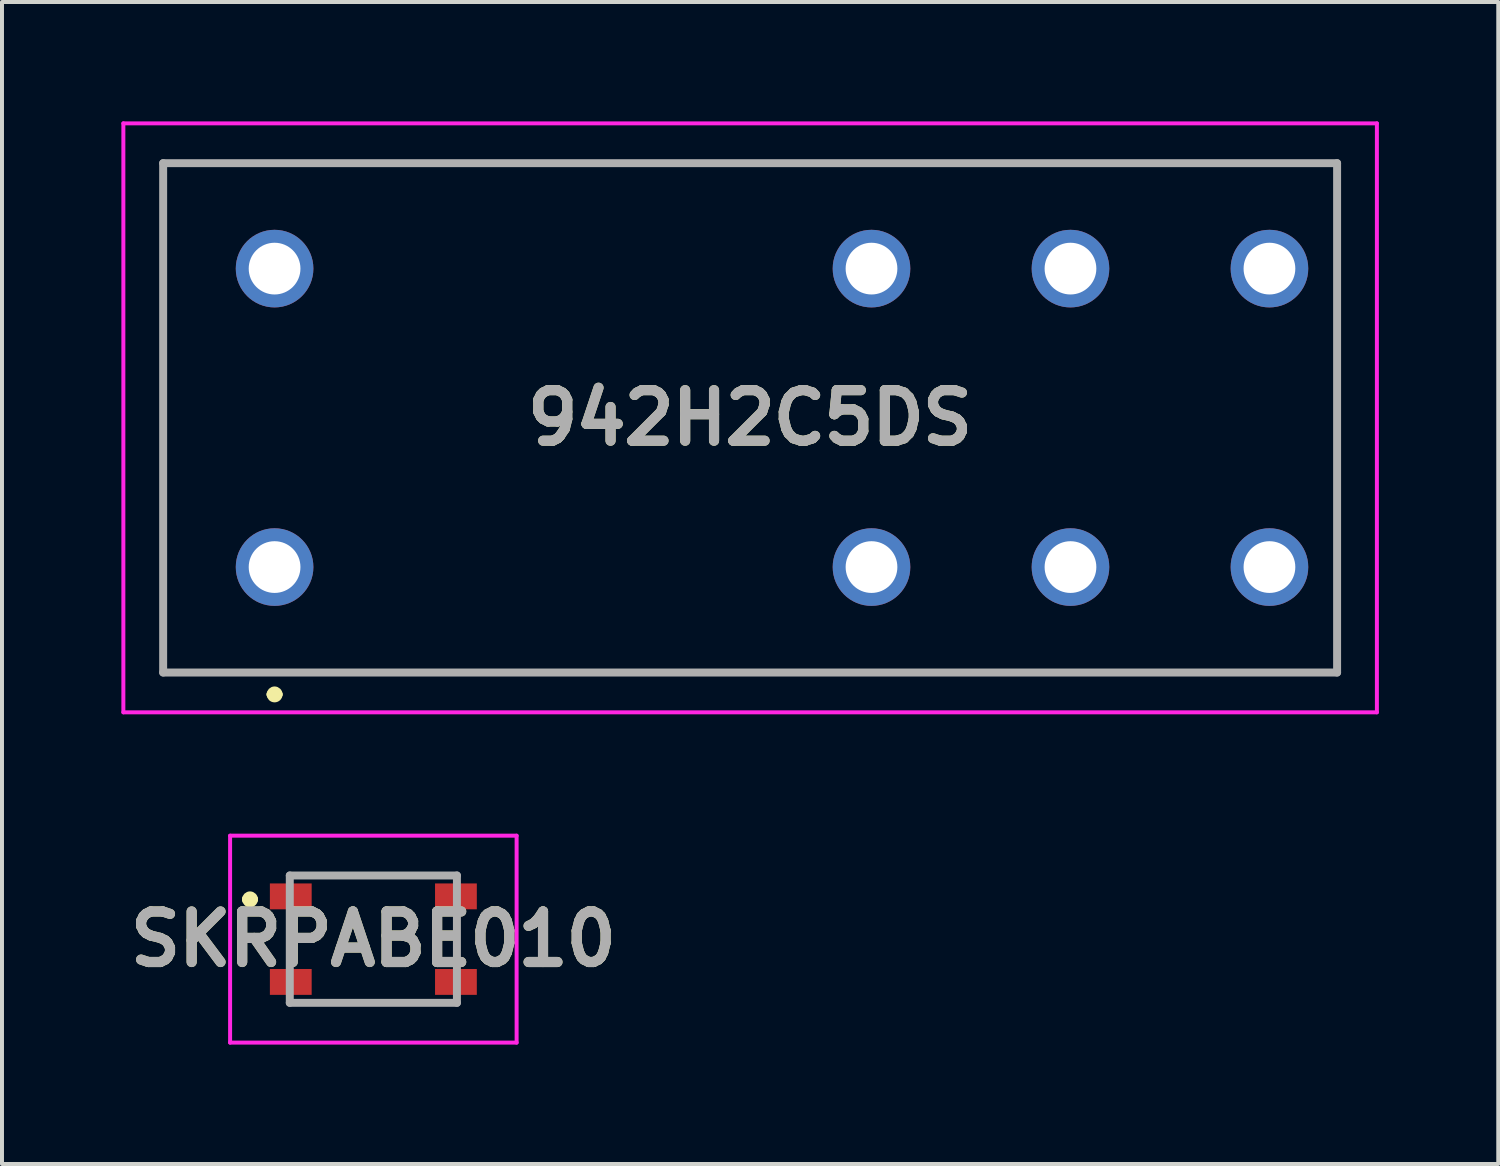
<source format=kicad_pcb>
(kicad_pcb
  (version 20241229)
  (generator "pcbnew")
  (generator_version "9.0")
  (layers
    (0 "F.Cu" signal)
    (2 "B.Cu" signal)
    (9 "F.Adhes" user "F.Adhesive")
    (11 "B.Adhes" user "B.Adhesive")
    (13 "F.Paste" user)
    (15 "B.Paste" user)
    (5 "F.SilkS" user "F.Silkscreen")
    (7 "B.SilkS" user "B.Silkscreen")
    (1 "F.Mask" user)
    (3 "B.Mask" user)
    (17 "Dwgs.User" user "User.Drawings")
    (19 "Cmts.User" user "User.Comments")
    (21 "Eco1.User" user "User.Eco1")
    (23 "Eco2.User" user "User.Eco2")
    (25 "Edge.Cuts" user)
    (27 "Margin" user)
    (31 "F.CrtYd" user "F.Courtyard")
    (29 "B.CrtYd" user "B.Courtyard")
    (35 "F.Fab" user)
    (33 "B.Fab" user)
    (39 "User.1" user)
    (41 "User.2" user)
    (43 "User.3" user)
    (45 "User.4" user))
  (footprint "SKRPABE010"
    (layer "F.Cu")
    (at 6.332 20.55)
    (property "Reference" "SKRPABE010" (at 0 0 0) (layer "F.SilkS") (effects (font (size 1.27 1.27) (thickness 0.254))))
    (attr smd)
    (fp_line (start -3.2 -1) (end -3.2 -1) (stroke (width 0.2) (type solid)) (layer "F.SilkS"))
    (fp_line (start -3 -1) (end -3 -1) (stroke (width 0.1) (type solid)) (layer "F.SilkS"))
    (fp_line (start -3 -1) (end -3 -1) (stroke (width 0.2) (type solid)) (layer "F.SilkS"))
    (fp_line (start -2.1 -0.4) (end -2.1 0.4) (stroke (width 0.1) (type solid)) (layer "F.SilkS"))
    (fp_line (start -1.2 -1.6) (end 1.2 -1.6) (stroke (width 0.1) (type solid)) (layer "F.SilkS"))
    (fp_line (start -1.2 1.6) (end 1.2 1.6) (stroke (width 0.1) (type solid)) (layer "F.SilkS"))
    (fp_line (start 2.1 -0.4) (end 2.1 0.4) (stroke (width 0.1) (type solid)) (layer "F.SilkS"))
    (fp_arc (start -3.2 -1) (mid -3.1 -1.1) (end -3 -1) (stroke (width 0.2) (type solid)) (layer "F.SilkS"))
    (fp_arc (start -3 -1) (mid -3.1 -0.9) (end -3.2 -1) (stroke (width 0.2) (type solid)) (layer "F.SilkS"))
    (fp_line (start -3.6 -2.6) (end 3.6 -2.6) (stroke (width 0.1) (type solid)) (layer "F.CrtYd"))
    (fp_line (start -3.6 2.6) (end -3.6 -2.6) (stroke (width 0.1) (type solid)) (layer "F.CrtYd"))
    (fp_line (start 3.6 -2.6) (end 3.6 2.6) (stroke (width 0.1) (type solid)) (layer "F.CrtYd"))
    (fp_line (start 3.6 2.6) (end -3.6 2.6) (stroke (width 0.1) (type solid)) (layer "F.CrtYd"))
    (fp_line (start -2.1 -1.6) (end 2.1 -1.6) (stroke (width 0.2) (type solid)) (layer "F.Fab"))
    (fp_line (start -2.1 1.6) (end -2.1 -1.6) (stroke (width 0.2) (type solid)) (layer "F.Fab"))
    (fp_line (start 2.1 -1.6) (end 2.1 1.6) (stroke (width 0.2) (type solid)) (layer "F.Fab"))
    (fp_line (start 2.1 1.6) (end -2.1 1.6) (stroke (width 0.2) (type solid)) (layer "F.Fab"))
    (fp_text user "${REFERENCE}" (at 0 0 0) (layer "F.Fab") (effects (font (size 1.27 1.27) (thickness 0.254))))
    (pad "1" smd rect (at -2.075 -1.075 90) (size 0.65 1.05) (layers "F.Cu" "F.Mask" "F.Paste"))
    (pad "2" smd rect (at -2.075 1.075 90) (size 0.65 1.05) (layers "F.Cu" "F.Mask" "F.Paste"))
    (pad "3" smd rect (at 2.075 -1.075 90) (size 0.65 1.05) (layers "F.Cu" "F.Mask" "F.Paste"))
    (pad "4" smd rect (at 2.075 1.075 90) (size 0.65 1.05) (layers "F.Cu" "F.Mask" "F.Paste")))
  (footprint "942H2C5DS"
    (layer "F.Cu")
    (at 3.85 11.2)
    (property "Reference" "942H2C5DS" (at 11.95 -3.75 0) (layer "F.SilkS") (effects (font (size 1.27 1.27) (thickness 0.254))))
    (attr through_hole)
    (fp_line (start -2.8 -10.15) (end 26.7 -10.15) (stroke (width 0.1) (type solid)) (layer "F.SilkS"))
    (fp_line (start -2.8 2.65) (end -2.8 -10.15) (stroke (width 0.1) (type solid)) (layer "F.SilkS"))
    (fp_line (start -0.1 3.2) (end -0.1 3.2) (stroke (width 0.2) (type solid)) (layer "F.SilkS"))
    (fp_line (start 0.1 3.2) (end 0.1 3.2) (stroke (width 0.2) (type solid)) (layer "F.SilkS"))
    (fp_line (start 26.7 -10.15) (end 26.7 2.65) (stroke (width 0.1) (type solid)) (layer "F.SilkS"))
    (fp_line (start 26.7 2.65) (end -2.8 2.65) (stroke (width 0.1) (type solid)) (layer "F.SilkS"))
    (fp_arc (start -0.1 3.2) (mid 0 3.1) (end 0.1 3.2) (stroke (width 0.2) (type solid)) (layer "F.SilkS"))
    (fp_arc (start 0.1 3.2) (mid 0 3.3) (end -0.1 3.2) (stroke (width 0.2) (type solid)) (layer "F.SilkS"))
    (fp_line (start -3.8 -11.15) (end 27.7 -11.15) (stroke (width 0.1) (type solid)) (layer "F.CrtYd"))
    (fp_line (start -3.8 3.65) (end -3.8 -11.15) (stroke (width 0.1) (type solid)) (layer "F.CrtYd"))
    (fp_line (start 27.7 -11.15) (end 27.7 3.65) (stroke (width 0.1) (type solid)) (layer "F.CrtYd"))
    (fp_line (start 27.7 3.65) (end -3.8 3.65) (stroke (width 0.1) (type solid)) (layer "F.CrtYd"))
    (fp_line (start -2.8 -10.15) (end 26.7 -10.15) (stroke (width 0.2) (type solid)) (layer "F.Fab"))
    (fp_line (start -2.8 2.65) (end -2.8 -10.15) (stroke (width 0.2) (type solid)) (layer "F.Fab"))
    (fp_line (start 26.7 -10.15) (end 26.7 2.65) (stroke (width 0.2) (type solid)) (layer "F.Fab"))
    (fp_line (start 26.7 2.65) (end -2.8 2.65) (stroke (width 0.2) (type solid)) (layer "F.Fab"))
    (fp_text user "${REFERENCE}" (at 11.95 -3.75 0) (layer "F.Fab") (effects (font (size 1.27 1.27) (thickness 0.254))))
    (pad "1" thru_hole circle (at 0 0) (size 1.95 1.95) (drill 1.3) (layers "*.Cu" "*.Mask"))
    (pad "2" thru_hole circle (at 15 0) (size 1.95 1.95) (drill 1.3) (layers "*.Cu" "*.Mask"))
    (pad "3" thru_hole circle (at 20 0) (size 1.95 1.95) (drill 1.3) (layers "*.Cu" "*.Mask"))
    (pad "4" thru_hole circle (at 25 0) (size 1.95 1.95) (drill 1.3) (layers "*.Cu" "*.Mask"))
    (pad "5" thru_hole circle (at 25 -7.5) (size 1.95 1.95) (drill 1.3) (layers "*.Cu" "*.Mask"))
    (pad "6" thru_hole circle (at 20 -7.5) (size 1.95 1.95) (drill 1.3) (layers "*.Cu" "*.Mask"))
    (pad "7" thru_hole circle (at 15 -7.5) (size 1.95 1.95) (drill 1.3) (layers "*.Cu" "*.Mask"))
    (pad "8" thru_hole circle (at 0 -7.5) (size 1.95 1.95) (drill 1.3) (layers "*.Cu" "*.Mask")))
  (gr_rect
    (start -3 -3)
    (end 34.6 26.2)
    (stroke (width 0.1) (type default))
    (fill no)
    (layer "Edge.Cuts")))
</source>
